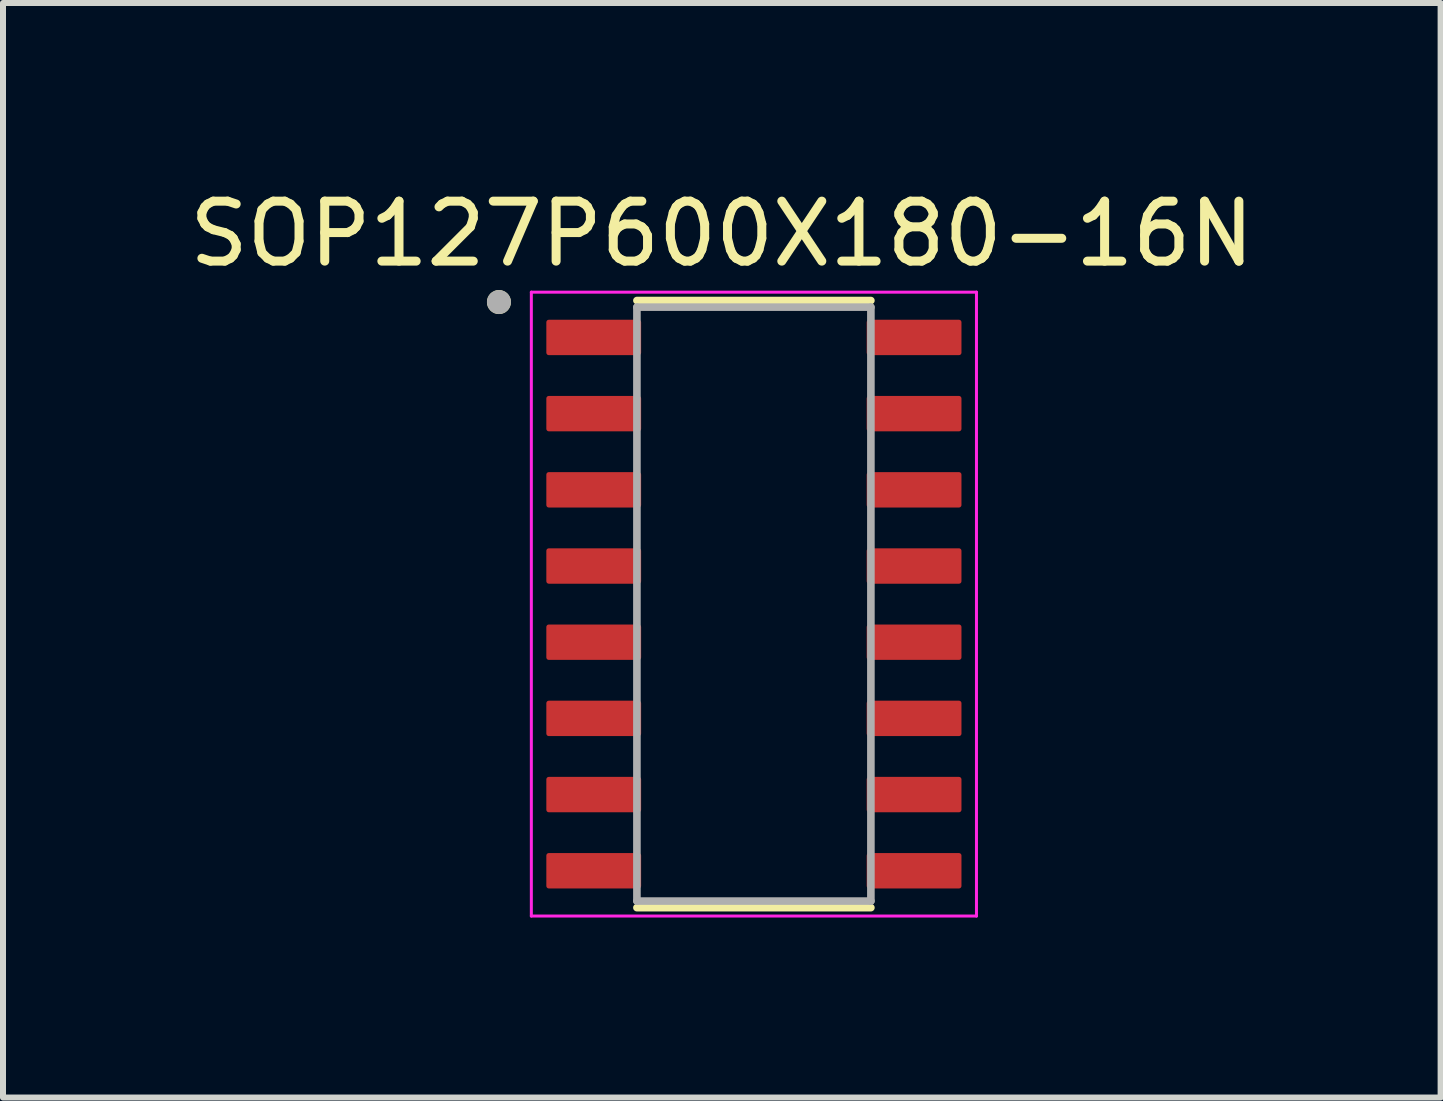
<source format=kicad_pcb>
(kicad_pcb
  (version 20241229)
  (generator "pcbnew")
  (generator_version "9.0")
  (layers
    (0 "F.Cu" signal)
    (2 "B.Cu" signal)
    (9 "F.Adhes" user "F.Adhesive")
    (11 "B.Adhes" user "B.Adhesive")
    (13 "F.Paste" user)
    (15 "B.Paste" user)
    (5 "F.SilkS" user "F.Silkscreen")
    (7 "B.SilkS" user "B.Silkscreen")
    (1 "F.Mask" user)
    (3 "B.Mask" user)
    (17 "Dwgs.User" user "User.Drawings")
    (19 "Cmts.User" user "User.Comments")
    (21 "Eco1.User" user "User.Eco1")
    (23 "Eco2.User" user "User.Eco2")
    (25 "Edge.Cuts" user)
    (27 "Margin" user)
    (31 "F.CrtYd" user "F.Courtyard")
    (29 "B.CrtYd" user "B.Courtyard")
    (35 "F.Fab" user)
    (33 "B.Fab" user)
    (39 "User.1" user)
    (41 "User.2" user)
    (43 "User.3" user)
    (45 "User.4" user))
  (footprint "SOP127P600X180-16N"
    (layer "F.Cu")
    (at 9.517 7.02)
    (property "Reference" "SOP127P600X180-16N" (at -0.535 -6.172 0) (layer "F.SilkS") (effects (font (size 1 1) (thickness 0.15))))
    (attr through_hole)
    (fp_line (start -1.95 -5.06) (end 1.95 -5.06) (stroke (width 0.127) (type solid)) (layer "F.SilkS"))
    (fp_line (start -1.95 5.06) (end 1.95 5.06) (stroke (width 0.127) (type solid)) (layer "F.SilkS"))
    (fp_circle (center -4.25 -5.035) (end -4.15 -5.035) (stroke (width 0.2) (type solid)) (fill no) (layer "F.SilkS"))
    (fp_line (start -3.71 -5.2) (end -3.71 5.2) (stroke (width 0.05) (type solid)) (layer "F.CrtYd"))
    (fp_line (start -3.71 -5.2) (end 3.71 -5.2) (stroke (width 0.05) (type solid)) (layer "F.CrtYd"))
    (fp_line (start -3.71 5.2) (end 3.71 5.2) (stroke (width 0.05) (type solid)) (layer "F.CrtYd"))
    (fp_line (start 3.71 -5.2) (end 3.71 5.2) (stroke (width 0.05) (type solid)) (layer "F.CrtYd"))
    (fp_line (start -1.95 -4.95) (end -1.95 4.95) (stroke (width 0.127) (type solid)) (layer "F.Fab"))
    (fp_line (start -1.95 -4.95) (end 1.95 -4.95) (stroke (width 0.127) (type solid)) (layer "F.Fab"))
    (fp_line (start -1.95 4.95) (end 1.95 4.95) (stroke (width 0.127) (type solid)) (layer "F.Fab"))
    (fp_line (start 1.95 -4.95) (end 1.95 4.95) (stroke (width 0.127) (type solid)) (layer "F.Fab"))
    (fp_circle (center -4.25 -5.035) (end -4.15 -5.035) (stroke (width 0.2) (type solid)) (fill no) (layer "F.Fab"))
    (pad "1" smd roundrect (at -2.67 -4.445) (size 1.58 0.59) (layers "F.Cu" "F.Mask" "F.Paste") (roundrect_rratio 0.07))
    (pad "2" smd roundrect (at -2.67 -3.175) (size 1.58 0.59) (layers "F.Cu" "F.Mask" "F.Paste") (roundrect_rratio 0.07))
    (pad "3" smd roundrect (at -2.67 -1.905) (size 1.58 0.59) (layers "F.Cu" "F.Mask" "F.Paste") (roundrect_rratio 0.07))
    (pad "4" smd roundrect (at -2.67 -0.635) (size 1.58 0.59) (layers "F.Cu" "F.Mask" "F.Paste") (roundrect_rratio 0.07))
    (pad "5" smd roundrect (at -2.67 0.635) (size 1.58 0.59) (layers "F.Cu" "F.Mask" "F.Paste") (roundrect_rratio 0.07))
    (pad "6" smd roundrect (at -2.67 1.905) (size 1.58 0.59) (layers "F.Cu" "F.Mask" "F.Paste") (roundrect_rratio 0.07))
    (pad "7" smd roundrect (at -2.67 3.175) (size 1.58 0.59) (layers "F.Cu" "F.Mask" "F.Paste") (roundrect_rratio 0.07))
    (pad "8" smd roundrect (at -2.67 4.445) (size 1.58 0.59) (layers "F.Cu" "F.Mask" "F.Paste") (roundrect_rratio 0.07))
    (pad "9" smd roundrect (at 2.67 4.445) (size 1.58 0.59) (layers "F.Cu" "F.Mask" "F.Paste") (roundrect_rratio 0.07))
    (pad "10" smd roundrect (at 2.67 3.175) (size 1.58 0.59) (layers "F.Cu" "F.Mask" "F.Paste") (roundrect_rratio 0.07))
    (pad "11" smd roundrect (at 2.67 1.905) (size 1.58 0.59) (layers "F.Cu" "F.Mask" "F.Paste") (roundrect_rratio 0.07))
    (pad "12" smd roundrect (at 2.67 0.635) (size 1.58 0.59) (layers "F.Cu" "F.Mask" "F.Paste") (roundrect_rratio 0.07))
    (pad "13" smd roundrect (at 2.67 -0.635) (size 1.58 0.59) (layers "F.Cu" "F.Mask" "F.Paste") (roundrect_rratio 0.07))
    (pad "14" smd roundrect (at 2.67 -1.905) (size 1.58 0.59) (layers "F.Cu" "F.Mask" "F.Paste") (roundrect_rratio 0.07))
    (pad "15" smd roundrect (at 2.67 -3.175) (size 1.58 0.59) (layers "F.Cu" "F.Mask" "F.Paste") (roundrect_rratio 0.07))
    (pad "16" smd roundrect (at 2.67 -4.445) (size 1.58 0.59) (layers "F.Cu" "F.Mask" "F.Paste") (roundrect_rratio 0.07)))
  (gr_rect
    (start -3 -3)
    (end 20.964 15.245)
    (stroke (width 0.1) (type default))
    (fill no)
    (layer "Edge.Cuts")))
</source>
